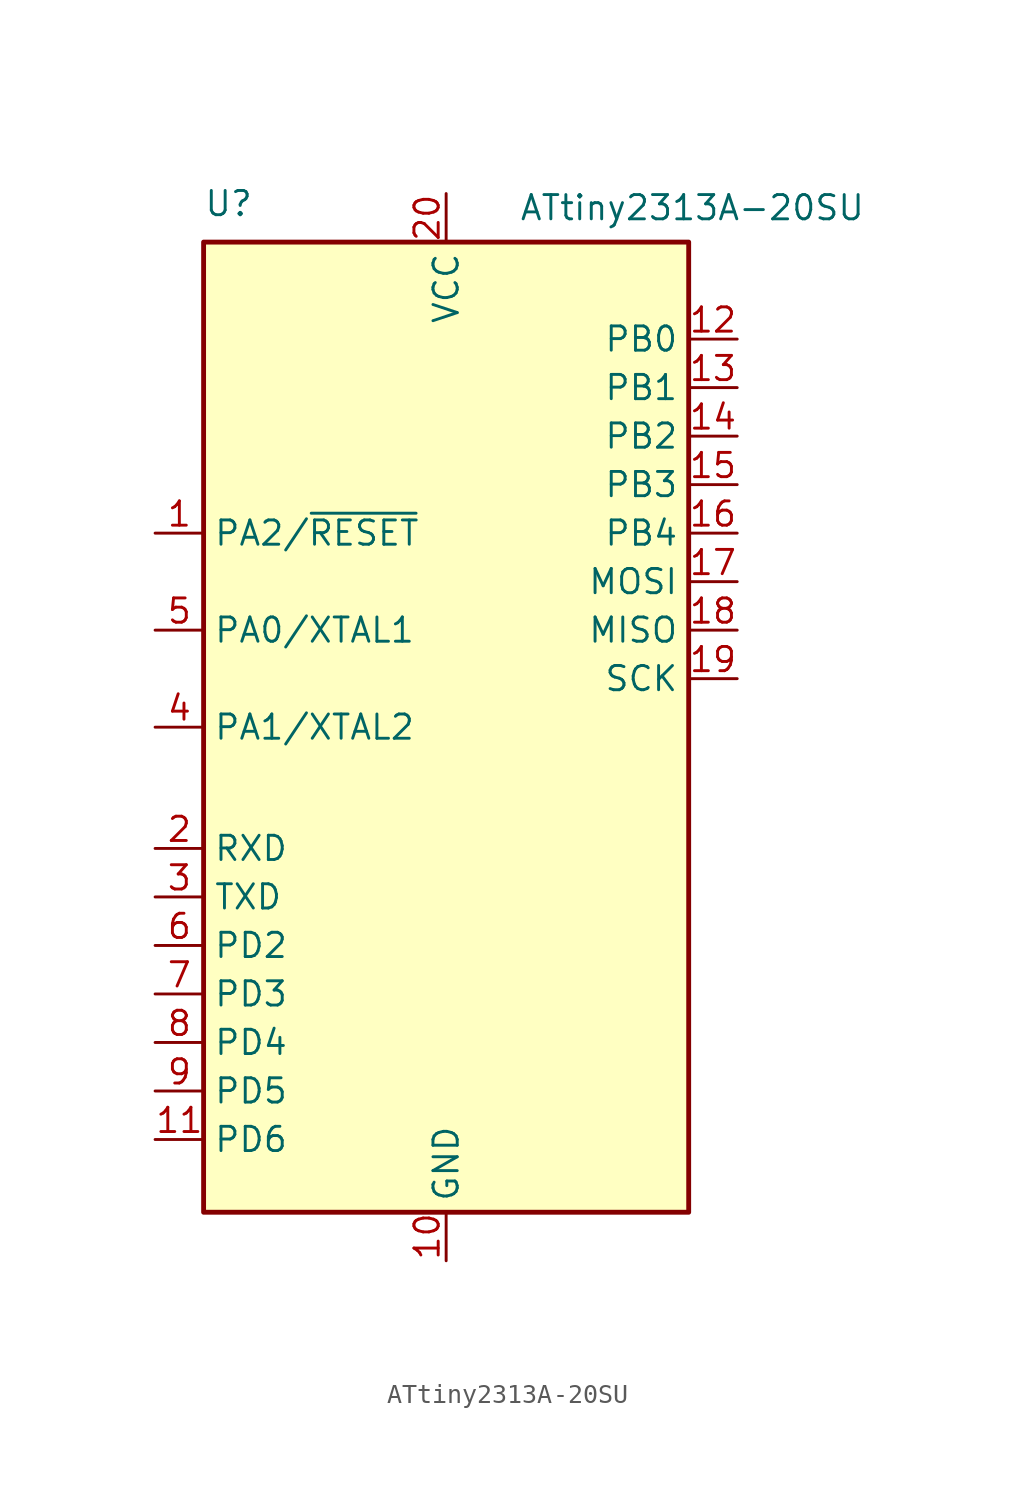
<source format=kicad_sym>
(kicad_symbol_lib
  (version 20201005)
  (generator kicad_symbol_editor)
  (symbol "ATtiny2313A-20SU"
    (property "Reference" "U"
      (at -12.7 26.67 0)
      (effects (font (size 1.27 1.27)) (justify left bottom)))
    (property "Value" "ATtiny2313A-20SU"
      (at 3.81 27.94 0)
      (effects (font (size 1.27 1.27)) (justify left top)))
    (symbol "ATtiny2313A-20SU_0_1"
      (rectangle (start -12.7 -25.4) (end 12.7 25.4) (stroke (width 0.254)) (fill (type background))))
    (symbol "ATtiny2313A-20SU_1_1"
      (pin tri_state line (at -15.24 10.16 0) (length 2.54) (name "PA2/~RESET" (effects (font (size 1.27 1.27)))) (number "1" (effects (font (size 1.27 1.27)))))
      (pin power_in line (at 0 -27.94 90) (length 2.54) (name "GND" (effects (font (size 1.27 1.27)))) (number "10" (effects (font (size 1.27 1.27)))))
      (pin tri_state line (at -15.24 -21.59 0) (length 2.54) (name "PD6" (effects (font (size 1.27 1.27)))) (number "11" (effects (font (size 1.27 1.27)))))
      (pin tri_state line (at 15.24 20.32 180) (length 2.54) (name "PB0" (effects (font (size 1.27 1.27)))) (number "12" (effects (font (size 1.27 1.27)))))
      (pin tri_state line (at 15.24 17.78 180) (length 2.54) (name "PB1" (effects (font (size 1.27 1.27)))) (number "13" (effects (font (size 1.27 1.27)))))
      (pin tri_state line (at 15.24 15.24 180) (length 2.54) (name "PB2" (effects (font (size 1.27 1.27)))) (number "14" (effects (font (size 1.27 1.27)))))
      (pin tri_state line (at 15.24 12.7 180) (length 2.54) (name "PB3" (effects (font (size 1.27 1.27)))) (number "15" (effects (font (size 1.27 1.27)))))
      (pin tri_state line (at 15.24 10.16 180) (length 2.54) (name "PB4" (effects (font (size 1.27 1.27)))) (number "16" (effects (font (size 1.27 1.27)))))
      (pin tri_state line (at 15.24 7.62 180) (length 2.54) (name "MOSI" (effects (font (size 1.27 1.27)))) (number "17" (effects (font (size 1.27 1.27)))))
      (pin tri_state line (at 15.24 5.08 180) (length 2.54) (name "MISO" (effects (font (size 1.27 1.27)))) (number "18" (effects (font (size 1.27 1.27)))))
      (pin tri_state line (at 15.24 2.54 180) (length 2.54) (name "SCK" (effects (font (size 1.27 1.27)))) (number "19" (effects (font (size 1.27 1.27)))))
      (pin input line (at -15.24 -6.35 0) (length 2.54) (name "RXD" (effects (font (size 1.27 1.27)))) (number "2" (effects (font (size 1.27 1.27)))))
      (pin power_in line (at 0 27.94 270) (length 2.54) (name "VCC" (effects (font (size 1.27 1.27)))) (number "20" (effects (font (size 1.27 1.27)))))
      (pin tri_state line (at -15.24 -8.89 0) (length 2.54) (name "TXD" (effects (font (size 1.27 1.27)))) (number "3" (effects (font (size 1.27 1.27)))))
      (pin tri_state line (at -15.24 0 0) (length 2.54) (name "PA1/XTAL2" (effects (font (size 1.27 1.27)))) (number "4" (effects (font (size 1.27 1.27)))))
      (pin tri_state line (at -15.24 5.08 0) (length 2.54) (name "PA0/XTAL1" (effects (font (size 1.27 1.27)))) (number "5" (effects (font (size 1.27 1.27)))))
      (pin tri_state line (at -15.24 -11.43 0) (length 2.54) (name "PD2" (effects (font (size 1.27 1.27)))) (number "6" (effects (font (size 1.27 1.27)))))
      (pin tri_state line (at -15.24 -13.97 0) (length 2.54) (name "PD3" (effects (font (size 1.27 1.27)))) (number "7" (effects (font (size 1.27 1.27)))))
      (pin tri_state line (at -15.24 -16.51 0) (length 2.54) (name "PD4" (effects (font (size 1.27 1.27)))) (number "8" (effects (font (size 1.27 1.27)))))
      (pin tri_state line (at -15.24 -19.05 0) (length 2.54) (name "PD5" (effects (font (size 1.27 1.27)))) (number "9" (effects (font (size 1.27 1.27))))))))
</source>
